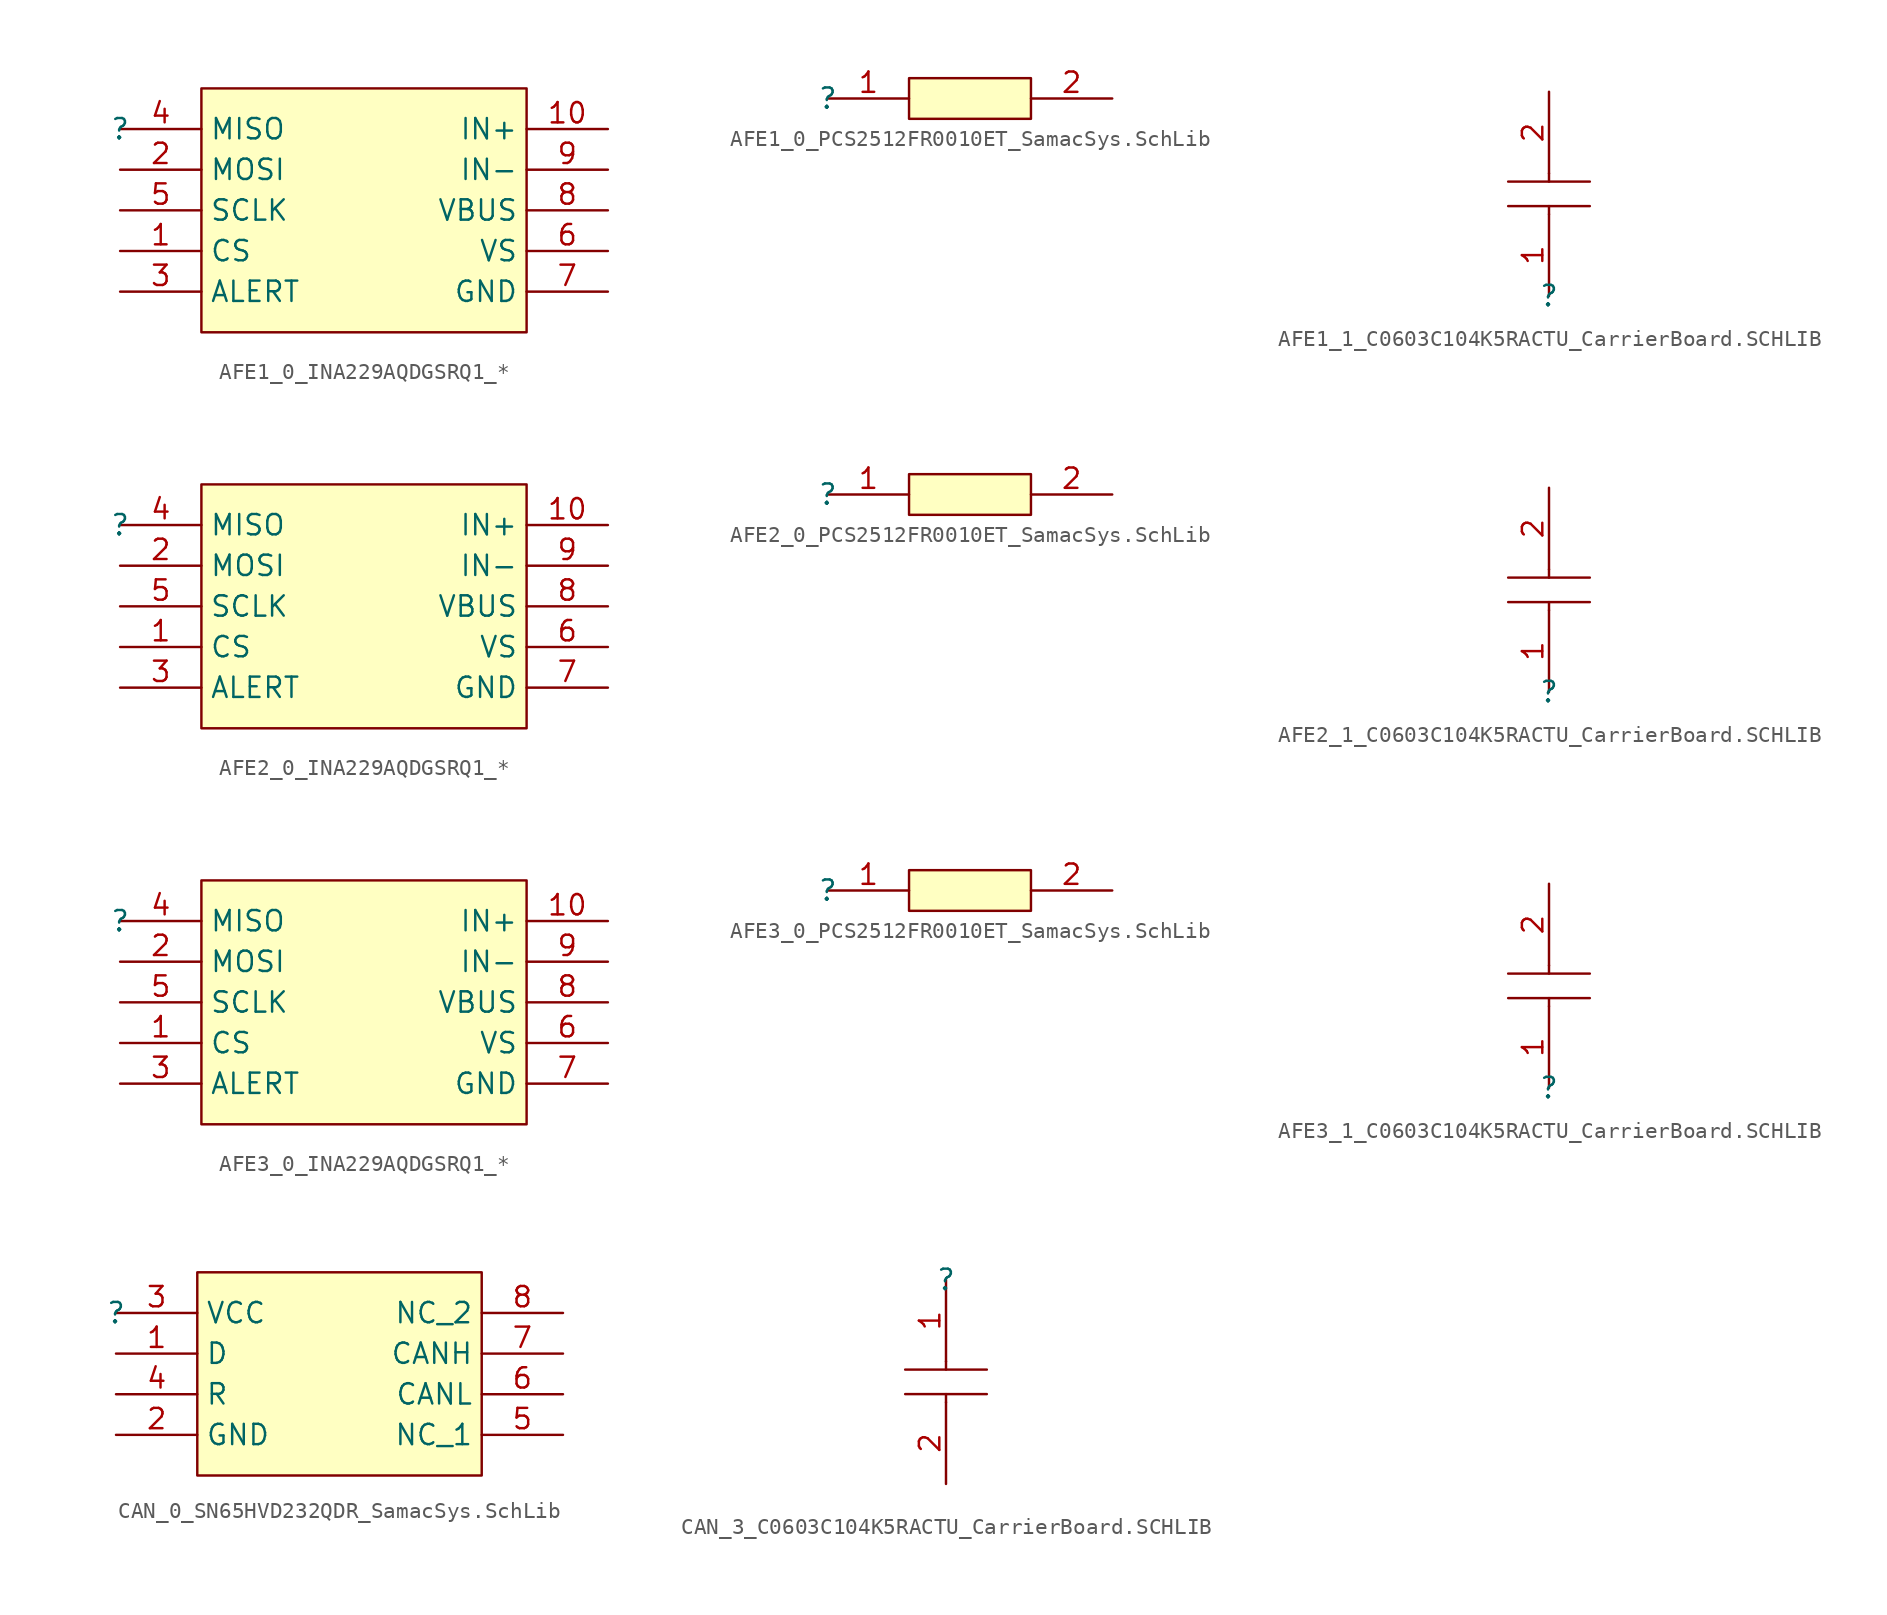
<source format=kicad_sym>
(kicad_symbol_lib
  (version 20241209)
  (generator "kicad_symbol_editor")
  (generator_version "9.0")
  (symbol "AFE1_0_INA229AQDGSRQ1_*"
    (property "Reference" ""
      (at 0 0 0)
      (effects (font (size 1.27 1.27))))
    (property "Value" ""
      (at 0 0 0)
      (effects (font (size 1.27 1.27))))
    (symbol "AFE1_0_INA229AQDGSRQ1_*_1_0"
      (rectangle (start 25.4 2.54) (end 5.08 -12.7) (stroke (width 0) (type solid) (color 128 0 0 1)) (fill (type background)))
      (pin passive line (at 0 0 0) (length 5.08) (name "MISO" (effects (font (size 1.27 1.27)))) (number "4" (effects (font (size 1.27 1.27)))))
      (pin passive line (at 0 -2.54 0) (length 5.08) (name "MOSI" (effects (font (size 1.27 1.27)))) (number "2" (effects (font (size 1.27 1.27)))))
      (pin passive line (at 0 -5.08 0) (length 5.08) (name "SCLK" (effects (font (size 1.27 1.27)))) (number "5" (effects (font (size 1.27 1.27)))))
      (pin passive line (at 0 -7.62 0) (length 5.08) (name "CS" (effects (font (size 1.27 1.27)))) (number "1" (effects (font (size 1.27 1.27)))))
      (pin passive line (at 0 -10.16 0) (length 5.08) (name "ALERT" (effects (font (size 1.27 1.27)))) (number "3" (effects (font (size 1.27 1.27)))))
      (pin passive line (at 30.48 0 180) (length 5.08) (name "IN+" (effects (font (size 1.27 1.27)))) (number "10" (effects (font (size 1.27 1.27)))))
      (pin passive line (at 30.48 -2.54 180) (length 5.08) (name "IN-" (effects (font (size 1.27 1.27)))) (number "9" (effects (font (size 1.27 1.27)))))
      (pin passive line (at 30.48 -5.08 180) (length 5.08) (name "VBUS" (effects (font (size 1.27 1.27)))) (number "8" (effects (font (size 1.27 1.27)))))
      (pin passive line (at 30.48 -7.62 180) (length 5.08) (name "VS" (effects (font (size 1.27 1.27)))) (number "6" (effects (font (size 1.27 1.27)))))
      (pin passive line (at 30.48 -10.16 180) (length 5.08) (name "GND" (effects (font (size 1.27 1.27)))) (number "7" (effects (font (size 1.27 1.27)))))))
  (symbol "AFE1_0_PCS2512FR0010ET_SamacSys.SchLib"
    (pin_names
      (hide yes))
    (property "Reference" ""
      (at 0 0 0)
      (effects (font (size 1.27 1.27))))
    (property "Value" ""
      (at 0 0 0)
      (effects (font (size 1.27 1.27))))
    (symbol "AFE1_0_PCS2512FR0010ET_SamacSys.SchLib_1_0"
      (rectangle (start 12.7 1.27) (end 5.08 -1.27) (stroke (width 0) (type solid) (color 128 0 0 1)) (fill (type background)))
      (pin passive line (at 0 0 0) (length 5.08) (name "1" (effects (font (size 1.27 1.27)))) (number "1" (effects (font (size 1.27 1.27)))))
      (pin passive line (at 17.78 0 180) (length 5.08) (name "2" (effects (font (size 1.27 1.27)))) (number "2" (effects (font (size 1.27 1.27)))))))
  (symbol "AFE1_1_C0603C104K5RACTU_CarrierBoard.SCHLIB"
    (pin_names
      (hide yes))
    (property "Reference" ""
      (at 0 0 0)
      (effects (font (size 1.27 1.27))))
    (property "Value" ""
      (at 0 0 0)
      (effects (font (size 1.27 1.27))))
    (symbol "AFE1_1_C0603C104K5RACTU_CarrierBoard.SCHLIB_1_0"
      (polyline (pts (xy -2.54 7.112) (xy 2.54 7.112)) (stroke (width 0) (type solid)) (fill (type none)))
      (polyline (pts (xy -2.54 5.588) (xy 2.54 5.588)) (stroke (width 0) (type solid)) (fill (type none)))
      (polyline (pts (xy 0 7.112) (xy 0 7.62)) (stroke (width 0) (type solid)) (fill (type none)))
      (polyline (pts (xy 0 5.08) (xy 0 5.588)) (stroke (width 0) (type solid)) (fill (type none)))
      (pin passive line (at 0 12.7 270) (length 5.08) (name "2" (effects (font (size 1.27 1.27)))) (number "2" (effects (font (size 1.27 1.27)))))
      (pin passive line (at 0 0 90) (length 5.08) (name "1" (effects (font (size 1.27 1.27)))) (number "1" (effects (font (size 1.27 1.27)))))))
  (symbol "AFE2_0_INA229AQDGSRQ1_*"
    (property "Reference" ""
      (at 0 0 0)
      (effects (font (size 1.27 1.27))))
    (property "Value" ""
      (at 0 0 0)
      (effects (font (size 1.27 1.27))))
    (symbol "AFE2_0_INA229AQDGSRQ1_*_1_0"
      (rectangle (start 25.4 2.54) (end 5.08 -12.7) (stroke (width 0) (type solid) (color 128 0 0 1)) (fill (type background)))
      (pin passive line (at 0 0 0) (length 5.08) (name "MISO" (effects (font (size 1.27 1.27)))) (number "4" (effects (font (size 1.27 1.27)))))
      (pin passive line (at 0 -2.54 0) (length 5.08) (name "MOSI" (effects (font (size 1.27 1.27)))) (number "2" (effects (font (size 1.27 1.27)))))
      (pin passive line (at 0 -5.08 0) (length 5.08) (name "SCLK" (effects (font (size 1.27 1.27)))) (number "5" (effects (font (size 1.27 1.27)))))
      (pin passive line (at 0 -7.62 0) (length 5.08) (name "CS" (effects (font (size 1.27 1.27)))) (number "1" (effects (font (size 1.27 1.27)))))
      (pin passive line (at 0 -10.16 0) (length 5.08) (name "ALERT" (effects (font (size 1.27 1.27)))) (number "3" (effects (font (size 1.27 1.27)))))
      (pin passive line (at 30.48 0 180) (length 5.08) (name "IN+" (effects (font (size 1.27 1.27)))) (number "10" (effects (font (size 1.27 1.27)))))
      (pin passive line (at 30.48 -2.54 180) (length 5.08) (name "IN-" (effects (font (size 1.27 1.27)))) (number "9" (effects (font (size 1.27 1.27)))))
      (pin passive line (at 30.48 -5.08 180) (length 5.08) (name "VBUS" (effects (font (size 1.27 1.27)))) (number "8" (effects (font (size 1.27 1.27)))))
      (pin passive line (at 30.48 -7.62 180) (length 5.08) (name "VS" (effects (font (size 1.27 1.27)))) (number "6" (effects (font (size 1.27 1.27)))))
      (pin passive line (at 30.48 -10.16 180) (length 5.08) (name "GND" (effects (font (size 1.27 1.27)))) (number "7" (effects (font (size 1.27 1.27)))))))
  (symbol "AFE2_0_PCS2512FR0010ET_SamacSys.SchLib"
    (pin_names
      (hide yes))
    (property "Reference" ""
      (at 0 0 0)
      (effects (font (size 1.27 1.27))))
    (property "Value" ""
      (at 0 0 0)
      (effects (font (size 1.27 1.27))))
    (symbol "AFE2_0_PCS2512FR0010ET_SamacSys.SchLib_1_0"
      (rectangle (start 12.7 1.27) (end 5.08 -1.27) (stroke (width 0) (type solid) (color 128 0 0 1)) (fill (type background)))
      (pin passive line (at 0 0 0) (length 5.08) (name "1" (effects (font (size 1.27 1.27)))) (number "1" (effects (font (size 1.27 1.27)))))
      (pin passive line (at 17.78 0 180) (length 5.08) (name "2" (effects (font (size 1.27 1.27)))) (number "2" (effects (font (size 1.27 1.27)))))))
  (symbol "AFE2_1_C0603C104K5RACTU_CarrierBoard.SCHLIB"
    (pin_names
      (hide yes))
    (property "Reference" ""
      (at 0 0 0)
      (effects (font (size 1.27 1.27))))
    (property "Value" ""
      (at 0 0 0)
      (effects (font (size 1.27 1.27))))
    (symbol "AFE2_1_C0603C104K5RACTU_CarrierBoard.SCHLIB_1_0"
      (polyline (pts (xy -2.54 7.112) (xy 2.54 7.112)) (stroke (width 0) (type solid)) (fill (type none)))
      (polyline (pts (xy -2.54 5.588) (xy 2.54 5.588)) (stroke (width 0) (type solid)) (fill (type none)))
      (polyline (pts (xy 0 7.112) (xy 0 7.62)) (stroke (width 0) (type solid)) (fill (type none)))
      (polyline (pts (xy 0 5.08) (xy 0 5.588)) (stroke (width 0) (type solid)) (fill (type none)))
      (pin passive line (at 0 12.7 270) (length 5.08) (name "2" (effects (font (size 1.27 1.27)))) (number "2" (effects (font (size 1.27 1.27)))))
      (pin passive line (at 0 0 90) (length 5.08) (name "1" (effects (font (size 1.27 1.27)))) (number "1" (effects (font (size 1.27 1.27)))))))
  (symbol "AFE3_0_INA229AQDGSRQ1_*"
    (property "Reference" ""
      (at 0 0 0)
      (effects (font (size 1.27 1.27))))
    (property "Value" ""
      (at 0 0 0)
      (effects (font (size 1.27 1.27))))
    (symbol "AFE3_0_INA229AQDGSRQ1_*_1_0"
      (rectangle (start 25.4 2.54) (end 5.08 -12.7) (stroke (width 0) (type solid) (color 128 0 0 1)) (fill (type background)))
      (pin passive line (at 0 0 0) (length 5.08) (name "MISO" (effects (font (size 1.27 1.27)))) (number "4" (effects (font (size 1.27 1.27)))))
      (pin passive line (at 0 -2.54 0) (length 5.08) (name "MOSI" (effects (font (size 1.27 1.27)))) (number "2" (effects (font (size 1.27 1.27)))))
      (pin passive line (at 0 -5.08 0) (length 5.08) (name "SCLK" (effects (font (size 1.27 1.27)))) (number "5" (effects (font (size 1.27 1.27)))))
      (pin passive line (at 0 -7.62 0) (length 5.08) (name "CS" (effects (font (size 1.27 1.27)))) (number "1" (effects (font (size 1.27 1.27)))))
      (pin passive line (at 0 -10.16 0) (length 5.08) (name "ALERT" (effects (font (size 1.27 1.27)))) (number "3" (effects (font (size 1.27 1.27)))))
      (pin passive line (at 30.48 0 180) (length 5.08) (name "IN+" (effects (font (size 1.27 1.27)))) (number "10" (effects (font (size 1.27 1.27)))))
      (pin passive line (at 30.48 -2.54 180) (length 5.08) (name "IN-" (effects (font (size 1.27 1.27)))) (number "9" (effects (font (size 1.27 1.27)))))
      (pin passive line (at 30.48 -5.08 180) (length 5.08) (name "VBUS" (effects (font (size 1.27 1.27)))) (number "8" (effects (font (size 1.27 1.27)))))
      (pin passive line (at 30.48 -7.62 180) (length 5.08) (name "VS" (effects (font (size 1.27 1.27)))) (number "6" (effects (font (size 1.27 1.27)))))
      (pin passive line (at 30.48 -10.16 180) (length 5.08) (name "GND" (effects (font (size 1.27 1.27)))) (number "7" (effects (font (size 1.27 1.27)))))))
  (symbol "AFE3_0_PCS2512FR0010ET_SamacSys.SchLib"
    (pin_names
      (hide yes))
    (property "Reference" ""
      (at 0 0 0)
      (effects (font (size 1.27 1.27))))
    (property "Value" ""
      (at 0 0 0)
      (effects (font (size 1.27 1.27))))
    (symbol "AFE3_0_PCS2512FR0010ET_SamacSys.SchLib_1_0"
      (rectangle (start 12.7 1.27) (end 5.08 -1.27) (stroke (width 0) (type solid) (color 128 0 0 1)) (fill (type background)))
      (pin passive line (at 0 0 0) (length 5.08) (name "1" (effects (font (size 1.27 1.27)))) (number "1" (effects (font (size 1.27 1.27)))))
      (pin passive line (at 17.78 0 180) (length 5.08) (name "2" (effects (font (size 1.27 1.27)))) (number "2" (effects (font (size 1.27 1.27)))))))
  (symbol "AFE3_1_C0603C104K5RACTU_CarrierBoard.SCHLIB"
    (pin_names
      (hide yes))
    (property "Reference" ""
      (at 0 0 0)
      (effects (font (size 1.27 1.27))))
    (property "Value" ""
      (at 0 0 0)
      (effects (font (size 1.27 1.27))))
    (symbol "AFE3_1_C0603C104K5RACTU_CarrierBoard.SCHLIB_1_0"
      (polyline (pts (xy -2.54 7.112) (xy 2.54 7.112)) (stroke (width 0) (type solid)) (fill (type none)))
      (polyline (pts (xy -2.54 5.588) (xy 2.54 5.588)) (stroke (width 0) (type solid)) (fill (type none)))
      (polyline (pts (xy 0 7.112) (xy 0 7.62)) (stroke (width 0) (type solid)) (fill (type none)))
      (polyline (pts (xy 0 5.08) (xy 0 5.588)) (stroke (width 0) (type solid)) (fill (type none)))
      (pin passive line (at 0 12.7 270) (length 5.08) (name "2" (effects (font (size 1.27 1.27)))) (number "2" (effects (font (size 1.27 1.27)))))
      (pin passive line (at 0 0 90) (length 5.08) (name "1" (effects (font (size 1.27 1.27)))) (number "1" (effects (font (size 1.27 1.27)))))))
  (symbol "CAN_0_SN65HVD232QDR_SamacSys.SchLib"
    (property "Reference" ""
      (at 0 0 0)
      (effects (font (size 1.27 1.27))))
    (property "Value" ""
      (at 0 0 0)
      (effects (font (size 1.27 1.27))))
    (symbol "CAN_0_SN65HVD232QDR_SamacSys.SchLib_1_0"
      (rectangle (start 22.86 2.54) (end 5.08 -10.16) (stroke (width 0) (type solid) (color 128 0 0 1)) (fill (type background)))
      (pin passive line (at 0 0 0) (length 5.08) (name "VCC" (effects (font (size 1.27 1.27)))) (number "3" (effects (font (size 1.27 1.27)))))
      (pin passive line (at 0 -2.54 0) (length 5.08) (name "D" (effects (font (size 1.27 1.27)))) (number "1" (effects (font (size 1.27 1.27)))))
      (pin passive line (at 0 -5.08 0) (length 5.08) (name "R" (effects (font (size 1.27 1.27)))) (number "4" (effects (font (size 1.27 1.27)))))
      (pin passive line (at 0 -7.62 0) (length 5.08) (name "GND" (effects (font (size 1.27 1.27)))) (number "2" (effects (font (size 1.27 1.27)))))
      (pin passive line (at 27.94 0 180) (length 5.08) (name "NC_2" (effects (font (size 1.27 1.27)))) (number "8" (effects (font (size 1.27 1.27)))))
      (pin passive line (at 27.94 -2.54 180) (length 5.08) (name "CANH" (effects (font (size 1.27 1.27)))) (number "7" (effects (font (size 1.27 1.27)))))
      (pin passive line (at 27.94 -5.08 180) (length 5.08) (name "CANL" (effects (font (size 1.27 1.27)))) (number "6" (effects (font (size 1.27 1.27)))))
      (pin passive line (at 27.94 -7.62 180) (length 5.08) (name "NC_1" (effects (font (size 1.27 1.27)))) (number "5" (effects (font (size 1.27 1.27)))))))
  (symbol "CAN_3_C0603C104K5RACTU_CarrierBoard.SCHLIB"
    (pin_names
      (hide yes))
    (property "Reference" ""
      (at 0 0 0)
      (effects (font (size 1.27 1.27))))
    (property "Value" ""
      (at 0 0 0)
      (effects (font (size 1.27 1.27))))
    (symbol "CAN_3_C0603C104K5RACTU_CarrierBoard.SCHLIB_1_0"
      (polyline (pts (xy 0 -5.08) (xy 0 -5.588)) (stroke (width 0) (type solid)) (fill (type none)))
      (polyline (pts (xy 0 -7.112) (xy 0 -7.62)) (stroke (width 0) (type solid)) (fill (type none)))
      (polyline (pts (xy 2.54 -5.588) (xy -2.54 -5.588)) (stroke (width 0) (type solid)) (fill (type none)))
      (polyline (pts (xy 2.54 -7.112) (xy -2.54 -7.112)) (stroke (width 0) (type solid)) (fill (type none)))
      (pin passive line (at 0 0 270) (length 5.08) (name "1" (effects (font (size 1.27 1.27)))) (number "1" (effects (font (size 1.27 1.27)))))
      (pin passive line (at 0 -12.7 90) (length 5.08) (name "2" (effects (font (size 1.27 1.27)))) (number "2" (effects (font (size 1.27 1.27))))))))
</source>
